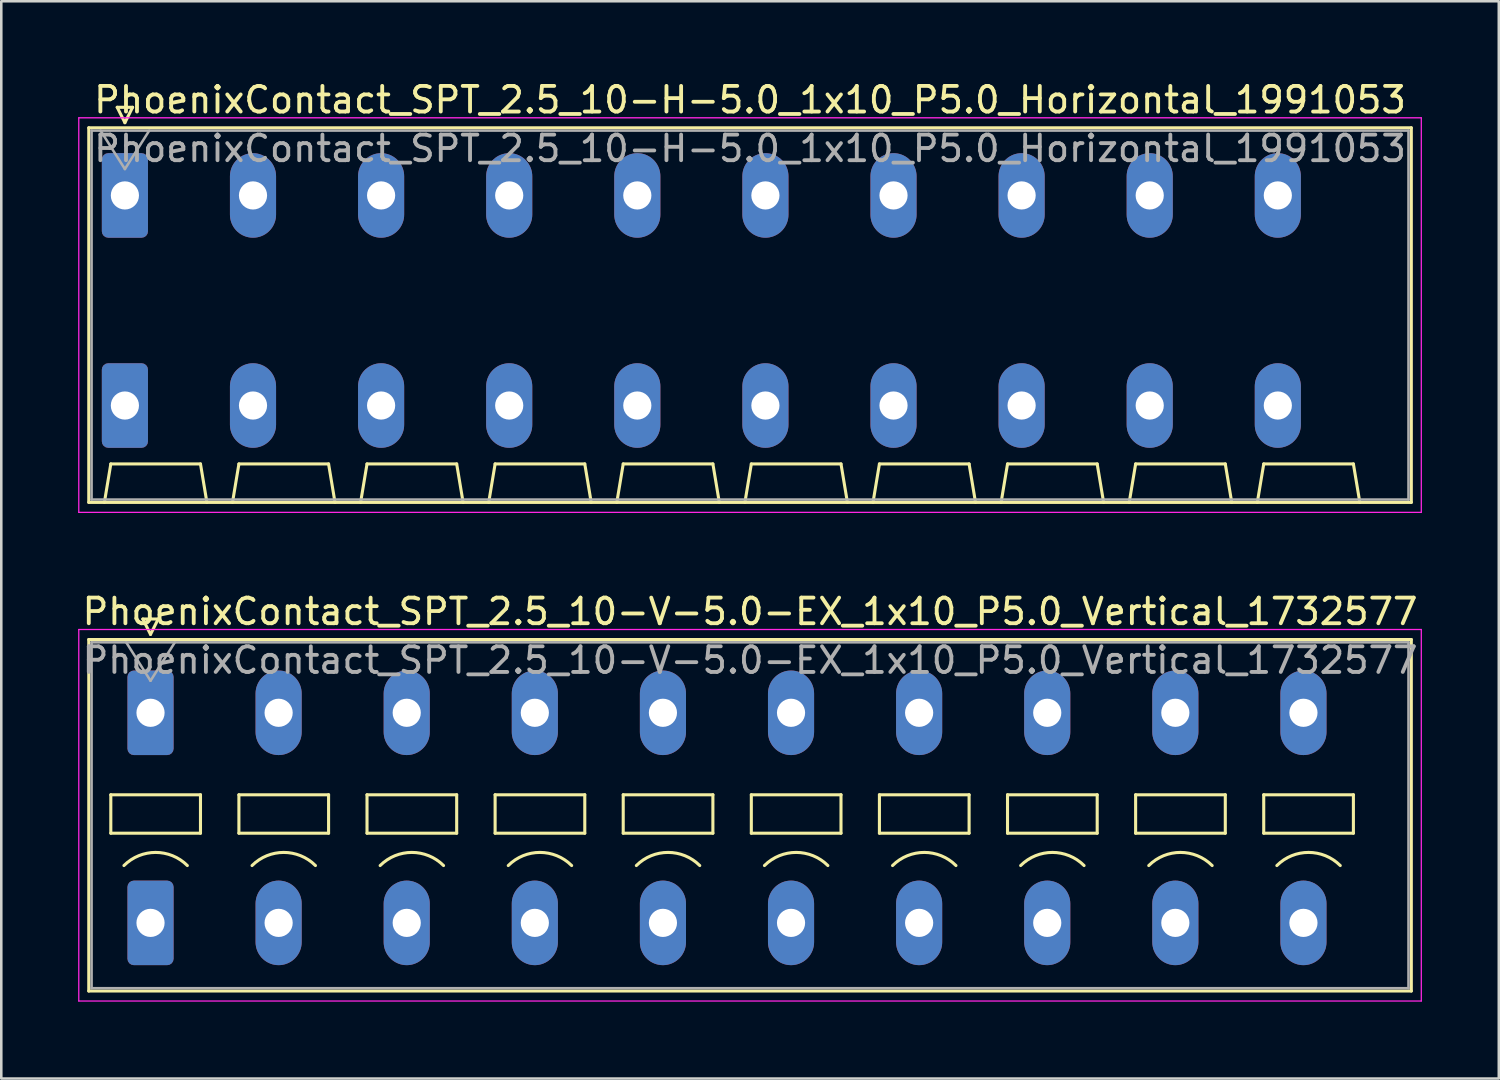
<source format=kicad_pcb>
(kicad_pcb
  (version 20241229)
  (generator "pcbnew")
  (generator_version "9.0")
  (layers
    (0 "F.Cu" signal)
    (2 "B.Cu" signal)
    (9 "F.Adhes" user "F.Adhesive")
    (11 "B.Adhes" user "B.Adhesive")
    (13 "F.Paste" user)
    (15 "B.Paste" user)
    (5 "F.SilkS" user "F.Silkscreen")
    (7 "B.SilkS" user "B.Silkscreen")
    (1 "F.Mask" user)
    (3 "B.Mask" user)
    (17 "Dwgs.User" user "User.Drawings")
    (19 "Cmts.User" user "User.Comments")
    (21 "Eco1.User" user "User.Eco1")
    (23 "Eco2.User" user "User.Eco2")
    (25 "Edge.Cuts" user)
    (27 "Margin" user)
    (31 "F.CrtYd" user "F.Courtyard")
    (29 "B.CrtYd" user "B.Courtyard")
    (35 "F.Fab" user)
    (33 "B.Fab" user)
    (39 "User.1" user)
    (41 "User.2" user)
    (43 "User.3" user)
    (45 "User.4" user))
  (footprint "PhoenixContact_SPT_2.5_10-H-5.0_1x10_P5.0_Horizontal_1991053"
    (layer "F.Cu")
    (at 1.825 4.578)
    (property "Reference" "PhoenixContact_SPT_2.5_10-H-5.0_1x10_P5.0_Horizontal_1991053" (at 24.4 -3.73 0) (layer "F.SilkS") (effects (font (size 1 1) (thickness 0.15))))
    (attr through_hole)
    (fp_line (start -1.41 -2.64) (end 50.21 -2.64) (stroke (width 0.12) (type solid)) (layer "F.SilkS"))
    (fp_line (start -1.41 11.98) (end -1.41 -2.64) (stroke (width 0.12) (type solid)) (layer "F.SilkS"))
    (fp_line (start -0.8 11.98) (end -0.55 10.48) (stroke (width 0.12) (type solid)) (layer "F.SilkS"))
    (fp_line (start -0.55 10.48) (end 2.95 10.48) (stroke (width 0.12) (type solid)) (layer "F.SilkS"))
    (fp_line (start -0.3 -3.44) (end 0 -2.84) (stroke (width 0.12) (type solid)) (layer "F.SilkS"))
    (fp_line (start -0.3 -3.44) (end 0.3 -3.44) (stroke (width 0.12) (type solid)) (layer "F.SilkS"))
    (fp_line (start 0.3 -3.44) (end 0 -2.84) (stroke (width 0.12) (type solid)) (layer "F.SilkS"))
    (fp_line (start 3.2 11.98) (end 2.95 10.48) (stroke (width 0.12) (type solid)) (layer "F.SilkS"))
    (fp_line (start 4.2 11.98) (end 4.45 10.48) (stroke (width 0.12) (type solid)) (layer "F.SilkS"))
    (fp_line (start 4.45 10.48) (end 7.95 10.48) (stroke (width 0.12) (type solid)) (layer "F.SilkS"))
    (fp_line (start 8.2 11.98) (end 7.95 10.48) (stroke (width 0.12) (type solid)) (layer "F.SilkS"))
    (fp_line (start 9.2 11.98) (end 9.45 10.48) (stroke (width 0.12) (type solid)) (layer "F.SilkS"))
    (fp_line (start 9.45 10.48) (end 12.95 10.48) (stroke (width 0.12) (type solid)) (layer "F.SilkS"))
    (fp_line (start 13.2 11.98) (end 12.95 10.48) (stroke (width 0.12) (type solid)) (layer "F.SilkS"))
    (fp_line (start 14.2 11.98) (end 14.45 10.48) (stroke (width 0.12) (type solid)) (layer "F.SilkS"))
    (fp_line (start 14.45 10.48) (end 17.95 10.48) (stroke (width 0.12) (type solid)) (layer "F.SilkS"))
    (fp_line (start 18.2 11.98) (end 17.95 10.48) (stroke (width 0.12) (type solid)) (layer "F.SilkS"))
    (fp_line (start 19.2 11.98) (end 19.45 10.48) (stroke (width 0.12) (type solid)) (layer "F.SilkS"))
    (fp_line (start 19.45 10.48) (end 22.95 10.48) (stroke (width 0.12) (type solid)) (layer "F.SilkS"))
    (fp_line (start 23.2 11.98) (end 22.95 10.48) (stroke (width 0.12) (type solid)) (layer "F.SilkS"))
    (fp_line (start 24.2 11.98) (end 24.45 10.48) (stroke (width 0.12) (type solid)) (layer "F.SilkS"))
    (fp_line (start 24.45 10.48) (end 27.95 10.48) (stroke (width 0.12) (type solid)) (layer "F.SilkS"))
    (fp_line (start 28.2 11.98) (end 27.95 10.48) (stroke (width 0.12) (type solid)) (layer "F.SilkS"))
    (fp_line (start 29.2 11.98) (end 29.45 10.48) (stroke (width 0.12) (type solid)) (layer "F.SilkS"))
    (fp_line (start 29.45 10.48) (end 32.95 10.48) (stroke (width 0.12) (type solid)) (layer "F.SilkS"))
    (fp_line (start 33.2 11.98) (end 32.95 10.48) (stroke (width 0.12) (type solid)) (layer "F.SilkS"))
    (fp_line (start 34.2 11.98) (end 34.45 10.48) (stroke (width 0.12) (type solid)) (layer "F.SilkS"))
    (fp_line (start 34.45 10.48) (end 37.95 10.48) (stroke (width 0.12) (type solid)) (layer "F.SilkS"))
    (fp_line (start 38.2 11.98) (end 37.95 10.48) (stroke (width 0.12) (type solid)) (layer "F.SilkS"))
    (fp_line (start 39.2 11.98) (end 39.45 10.48) (stroke (width 0.12) (type solid)) (layer "F.SilkS"))
    (fp_line (start 39.45 10.48) (end 42.95 10.48) (stroke (width 0.12) (type solid)) (layer "F.SilkS"))
    (fp_line (start 43.2 11.98) (end 42.95 10.48) (stroke (width 0.12) (type solid)) (layer "F.SilkS"))
    (fp_line (start 44.2 11.98) (end 44.45 10.48) (stroke (width 0.12) (type solid)) (layer "F.SilkS"))
    (fp_line (start 44.45 10.48) (end 47.95 10.48) (stroke (width 0.12) (type solid)) (layer "F.SilkS"))
    (fp_line (start 48.2 11.98) (end 47.95 10.48) (stroke (width 0.12) (type solid)) (layer "F.SilkS"))
    (fp_line (start 50.21 -2.64) (end 50.21 11.98) (stroke (width 0.12) (type solid)) (layer "F.SilkS"))
    (fp_line (start 50.21 11.98) (end -1.41 11.98) (stroke (width 0.12) (type solid)) (layer "F.SilkS"))
    (fp_line (start -1.8 -3.03) (end -1.8 12.37) (stroke (width 0.05) (type solid)) (layer "F.CrtYd"))
    (fp_line (start -1.8 12.37) (end 50.6 12.37) (stroke (width 0.05) (type solid)) (layer "F.CrtYd"))
    (fp_line (start 50.6 -3.03) (end -1.8 -3.03) (stroke (width 0.05) (type solid)) (layer "F.CrtYd"))
    (fp_line (start 50.6 12.37) (end 50.6 -3.03) (stroke (width 0.05) (type solid)) (layer "F.CrtYd"))
    (fp_line (start -1.3 -2.53) (end -1.3 11.87) (stroke (width 0.1) (type solid)) (layer "F.Fab"))
    (fp_line (start -1.3 11.87) (end 50.1 11.87) (stroke (width 0.1) (type solid)) (layer "F.Fab"))
    (fp_line (start -0.95 -2.53) (end 0 -1.03) (stroke (width 0.1) (type solid)) (layer "F.Fab"))
    (fp_line (start 0.95 -2.53) (end 0 -1.03) (stroke (width 0.1) (type solid)) (layer "F.Fab"))
    (fp_line (start 50.1 -2.53) (end -1.3 -2.53) (stroke (width 0.1) (type solid)) (layer "F.Fab"))
    (fp_line (start 50.1 11.87) (end 50.1 -2.53) (stroke (width 0.1) (type solid)) (layer "F.Fab"))
    (fp_text user "${REFERENCE}" (at 24.4 -1.83 0) (layer "F.Fab") (effects (font (size 1 1) (thickness 0.15))))
    (pad "1" thru_hole roundrect (at 0 0) (size 1.8 3.3) (drill 1.1) (layers "*.Cu" "*.Mask") (roundrect_rratio 0.139))
    (pad "1" thru_hole roundrect (at 0 8.2) (size 1.8 3.3) (drill 1.1) (layers "*.Cu" "*.Mask") (roundrect_rratio 0.139))
    (pad "2" thru_hole oval (at 5 0) (size 1.8 3.3) (drill 1.1) (layers "*.Cu" "*.Mask"))
    (pad "2" thru_hole oval (at 5 8.2) (size 1.8 3.3) (drill 1.1) (layers "*.Cu" "*.Mask"))
    (pad "3" thru_hole oval (at 10 0) (size 1.8 3.3) (drill 1.1) (layers "*.Cu" "*.Mask"))
    (pad "3" thru_hole oval (at 10 8.2) (size 1.8 3.3) (drill 1.1) (layers "*.Cu" "*.Mask"))
    (pad "4" thru_hole oval (at 15 0) (size 1.8 3.3) (drill 1.1) (layers "*.Cu" "*.Mask"))
    (pad "4" thru_hole oval (at 15 8.2) (size 1.8 3.3) (drill 1.1) (layers "*.Cu" "*.Mask"))
    (pad "5" thru_hole oval (at 20 0) (size 1.8 3.3) (drill 1.1) (layers "*.Cu" "*.Mask"))
    (pad "5" thru_hole oval (at 20 8.2) (size 1.8 3.3) (drill 1.1) (layers "*.Cu" "*.Mask"))
    (pad "6" thru_hole oval (at 25 0) (size 1.8 3.3) (drill 1.1) (layers "*.Cu" "*.Mask"))
    (pad "6" thru_hole oval (at 25 8.2) (size 1.8 3.3) (drill 1.1) (layers "*.Cu" "*.Mask"))
    (pad "7" thru_hole oval (at 30 0) (size 1.8 3.3) (drill 1.1) (layers "*.Cu" "*.Mask"))
    (pad "7" thru_hole oval (at 30 8.2) (size 1.8 3.3) (drill 1.1) (layers "*.Cu" "*.Mask"))
    (pad "8" thru_hole oval (at 35 0) (size 1.8 3.3) (drill 1.1) (layers "*.Cu" "*.Mask"))
    (pad "8" thru_hole oval (at 35 8.2) (size 1.8 3.3) (drill 1.1) (layers "*.Cu" "*.Mask"))
    (pad "9" thru_hole oval (at 40 0) (size 1.8 3.3) (drill 1.1) (layers "*.Cu" "*.Mask"))
    (pad "9" thru_hole oval (at 40 8.2) (size 1.8 3.3) (drill 1.1) (layers "*.Cu" "*.Mask"))
    (pad "10" thru_hole oval (at 45 0) (size 1.8 3.3) (drill 1.1) (layers "*.Cu" "*.Mask"))
    (pad "10" thru_hole oval (at 45 8.2) (size 1.8 3.3) (drill 1.1) (layers "*.Cu" "*.Mask")))
  (footprint "PhoenixContact_SPT_2.5_10-V-5.0-EX_1x10_P5.0_Vertical_1732577"
    (layer "F.Cu")
    (at 2.825 24.771)
    (property "Reference" "PhoenixContact_SPT_2.5_10-V-5.0-EX_1x10_P5.0_Vertical_1732577" (at 23.4 -3.95 0) (layer "F.SilkS") (effects (font (size 1 1) (thickness 0.15))))
    (attr through_hole)
    (fp_line (start -2.41 -2.86) (end 49.21 -2.86) (stroke (width 0.12) (type solid)) (layer "F.SilkS"))
    (fp_line (start -2.41 10.86) (end -2.41 -2.86) (stroke (width 0.12) (type solid)) (layer "F.SilkS"))
    (fp_line (start -1.55 3.2) (end -1.55 4.7) (stroke (width 0.12) (type solid)) (layer "F.SilkS"))
    (fp_line (start -1.55 4.7) (end 1.95 4.7) (stroke (width 0.12) (type solid)) (layer "F.SilkS"))
    (fp_line (start -0.3 -3.66) (end 0 -3.06) (stroke (width 0.12) (type solid)) (layer "F.SilkS"))
    (fp_line (start -0.3 -3.66) (end 0.3 -3.66) (stroke (width 0.12) (type solid)) (layer "F.SilkS"))
    (fp_line (start 0.3 -3.66) (end 0 -3.06) (stroke (width 0.12) (type solid)) (layer "F.SilkS"))
    (fp_line (start 1.95 3.2) (end -1.55 3.2) (stroke (width 0.12) (type solid)) (layer "F.SilkS"))
    (fp_line (start 1.95 4.7) (end 1.95 3.2) (stroke (width 0.12) (type solid)) (layer "F.SilkS"))
    (fp_line (start 3.45 3.2) (end 3.45 4.7) (stroke (width 0.12) (type solid)) (layer "F.SilkS"))
    (fp_line (start 3.45 4.7) (end 6.95 4.7) (stroke (width 0.12) (type solid)) (layer "F.SilkS"))
    (fp_line (start 6.95 3.2) (end 3.45 3.2) (stroke (width 0.12) (type solid)) (layer "F.SilkS"))
    (fp_line (start 6.95 4.7) (end 6.95 3.2) (stroke (width 0.12) (type solid)) (layer "F.SilkS"))
    (fp_line (start 8.45 3.2) (end 8.45 4.7) (stroke (width 0.12) (type solid)) (layer "F.SilkS"))
    (fp_line (start 8.45 4.7) (end 11.95 4.7) (stroke (width 0.12) (type solid)) (layer "F.SilkS"))
    (fp_line (start 11.95 3.2) (end 8.45 3.2) (stroke (width 0.12) (type solid)) (layer "F.SilkS"))
    (fp_line (start 11.95 4.7) (end 11.95 3.2) (stroke (width 0.12) (type solid)) (layer "F.SilkS"))
    (fp_line (start 13.45 3.2) (end 13.45 4.7) (stroke (width 0.12) (type solid)) (layer "F.SilkS"))
    (fp_line (start 13.45 4.7) (end 16.95 4.7) (stroke (width 0.12) (type solid)) (layer "F.SilkS"))
    (fp_line (start 16.95 3.2) (end 13.45 3.2) (stroke (width 0.12) (type solid)) (layer "F.SilkS"))
    (fp_line (start 16.95 4.7) (end 16.95 3.2) (stroke (width 0.12) (type solid)) (layer "F.SilkS"))
    (fp_line (start 18.45 3.2) (end 18.45 4.7) (stroke (width 0.12) (type solid)) (layer "F.SilkS"))
    (fp_line (start 18.45 4.7) (end 21.95 4.7) (stroke (width 0.12) (type solid)) (layer "F.SilkS"))
    (fp_line (start 21.95 3.2) (end 18.45 3.2) (stroke (width 0.12) (type solid)) (layer "F.SilkS"))
    (fp_line (start 21.95 4.7) (end 21.95 3.2) (stroke (width 0.12) (type solid)) (layer "F.SilkS"))
    (fp_line (start 23.45 3.2) (end 23.45 4.7) (stroke (width 0.12) (type solid)) (layer "F.SilkS"))
    (fp_line (start 23.45 4.7) (end 26.95 4.7) (stroke (width 0.12) (type solid)) (layer "F.SilkS"))
    (fp_line (start 26.95 3.2) (end 23.45 3.2) (stroke (width 0.12) (type solid)) (layer "F.SilkS"))
    (fp_line (start 26.95 4.7) (end 26.95 3.2) (stroke (width 0.12) (type solid)) (layer "F.SilkS"))
    (fp_line (start 28.45 3.2) (end 28.45 4.7) (stroke (width 0.12) (type solid)) (layer "F.SilkS"))
    (fp_line (start 28.45 4.7) (end 31.95 4.7) (stroke (width 0.12) (type solid)) (layer "F.SilkS"))
    (fp_line (start 31.95 3.2) (end 28.45 3.2) (stroke (width 0.12) (type solid)) (layer "F.SilkS"))
    (fp_line (start 31.95 4.7) (end 31.95 3.2) (stroke (width 0.12) (type solid)) (layer "F.SilkS"))
    (fp_line (start 33.45 3.2) (end 33.45 4.7) (stroke (width 0.12) (type solid)) (layer "F.SilkS"))
    (fp_line (start 33.45 4.7) (end 36.95 4.7) (stroke (width 0.12) (type solid)) (layer "F.SilkS"))
    (fp_line (start 36.95 3.2) (end 33.45 3.2) (stroke (width 0.12) (type solid)) (layer "F.SilkS"))
    (fp_line (start 36.95 4.7) (end 36.95 3.2) (stroke (width 0.12) (type solid)) (layer "F.SilkS"))
    (fp_line (start 38.45 3.2) (end 38.45 4.7) (stroke (width 0.12) (type solid)) (layer "F.SilkS"))
    (fp_line (start 38.45 4.7) (end 41.95 4.7) (stroke (width 0.12) (type solid)) (layer "F.SilkS"))
    (fp_line (start 41.95 3.2) (end 38.45 3.2) (stroke (width 0.12) (type solid)) (layer "F.SilkS"))
    (fp_line (start 41.95 4.7) (end 41.95 3.2) (stroke (width 0.12) (type solid)) (layer "F.SilkS"))
    (fp_line (start 43.45 3.2) (end 43.45 4.7) (stroke (width 0.12) (type solid)) (layer "F.SilkS"))
    (fp_line (start 43.45 4.7) (end 46.95 4.7) (stroke (width 0.12) (type solid)) (layer "F.SilkS"))
    (fp_line (start 46.95 3.2) (end 43.45 3.2) (stroke (width 0.12) (type solid)) (layer "F.SilkS"))
    (fp_line (start 46.95 4.7) (end 46.95 3.2) (stroke (width 0.12) (type solid)) (layer "F.SilkS"))
    (fp_line (start 49.21 -2.86) (end 49.21 10.86) (stroke (width 0.12) (type solid)) (layer "F.SilkS"))
    (fp_line (start 49.21 10.86) (end -2.41 10.86) (stroke (width 0.12) (type solid)) (layer "F.SilkS"))
    (fp_arc (start -1.037437 5.962563) (mid 0.2 5.45) (end 1.437437 5.962563) (stroke (width 0.12) (type solid)) (layer "F.SilkS"))
    (fp_arc (start 3.962563 5.962563) (mid 5.2 5.45) (end 6.437437 5.962563) (stroke (width 0.12) (type solid)) (layer "F.SilkS"))
    (fp_arc (start 8.962563 5.962563) (mid 10.2 5.45) (end 11.437437 5.962563) (stroke (width 0.12) (type solid)) (layer "F.SilkS"))
    (fp_arc (start 13.962563 5.962563) (mid 15.2 5.45) (end 16.437437 5.962563) (stroke (width 0.12) (type solid)) (layer "F.SilkS"))
    (fp_arc (start 18.962563 5.962563) (mid 20.2 5.45) (end 21.437437 5.962563) (stroke (width 0.12) (type solid)) (layer "F.SilkS"))
    (fp_arc (start 23.962563 5.962563) (mid 25.2 5.45) (end 26.437437 5.962563) (stroke (width 0.12) (type solid)) (layer "F.SilkS"))
    (fp_arc (start 28.962563 5.962563) (mid 30.2 5.45) (end 31.437437 5.962563) (stroke (width 0.12) (type solid)) (layer "F.SilkS"))
    (fp_arc (start 33.962563 5.962563) (mid 35.2 5.45) (end 36.437437 5.962563) (stroke (width 0.12) (type solid)) (layer "F.SilkS"))
    (fp_arc (start 38.962563 5.962563) (mid 40.2 5.45) (end 41.437437 5.962563) (stroke (width 0.12) (type solid)) (layer "F.SilkS"))
    (fp_arc (start 43.962563 5.962563) (mid 45.2 5.45) (end 46.437437 5.962563) (stroke (width 0.12) (type solid)) (layer "F.SilkS"))
    (fp_line (start -2.8 -3.25) (end -2.8 11.25) (stroke (width 0.05) (type solid)) (layer "F.CrtYd"))
    (fp_line (start -2.8 11.25) (end 49.6 11.25) (stroke (width 0.05) (type solid)) (layer "F.CrtYd"))
    (fp_line (start 49.6 -3.25) (end -2.8 -3.25) (stroke (width 0.05) (type solid)) (layer "F.CrtYd"))
    (fp_line (start 49.6 11.25) (end 49.6 -3.25) (stroke (width 0.05) (type solid)) (layer "F.CrtYd"))
    (fp_line (start -2.3 -2.75) (end -2.3 10.75) (stroke (width 0.1) (type solid)) (layer "F.Fab"))
    (fp_line (start -2.3 10.75) (end 49.1 10.75) (stroke (width 0.1) (type solid)) (layer "F.Fab"))
    (fp_line (start -0.95 -2.75) (end 0 -1.25) (stroke (width 0.1) (type solid)) (layer "F.Fab"))
    (fp_line (start 0.95 -2.75) (end 0 -1.25) (stroke (width 0.1) (type solid)) (layer "F.Fab"))
    (fp_line (start 49.1 -2.75) (end -2.3 -2.75) (stroke (width 0.1) (type solid)) (layer "F.Fab"))
    (fp_line (start 49.1 10.75) (end 49.1 -2.75) (stroke (width 0.1) (type solid)) (layer "F.Fab"))
    (fp_text user "${REFERENCE}" (at 23.4 -2.05 0) (layer "F.Fab") (effects (font (size 1 1) (thickness 0.15))))
    (pad "1" thru_hole roundrect (at 0 0) (size 1.8 3.3) (drill 1.1) (layers "*.Cu" "*.Mask") (roundrect_rratio 0.139))
    (pad "1" thru_hole roundrect (at 0 8.2) (size 1.8 3.3) (drill 1.1) (layers "*.Cu" "*.Mask") (roundrect_rratio 0.139))
    (pad "2" thru_hole oval (at 5 0) (size 1.8 3.3) (drill 1.1) (layers "*.Cu" "*.Mask"))
    (pad "2" thru_hole oval (at 5 8.2) (size 1.8 3.3) (drill 1.1) (layers "*.Cu" "*.Mask"))
    (pad "3" thru_hole oval (at 10 0) (size 1.8 3.3) (drill 1.1) (layers "*.Cu" "*.Mask"))
    (pad "3" thru_hole oval (at 10 8.2) (size 1.8 3.3) (drill 1.1) (layers "*.Cu" "*.Mask"))
    (pad "4" thru_hole oval (at 15 0) (size 1.8 3.3) (drill 1.1) (layers "*.Cu" "*.Mask"))
    (pad "4" thru_hole oval (at 15 8.2) (size 1.8 3.3) (drill 1.1) (layers "*.Cu" "*.Mask"))
    (pad "5" thru_hole oval (at 20 0) (size 1.8 3.3) (drill 1.1) (layers "*.Cu" "*.Mask"))
    (pad "5" thru_hole oval (at 20 8.2) (size 1.8 3.3) (drill 1.1) (layers "*.Cu" "*.Mask"))
    (pad "6" thru_hole oval (at 25 0) (size 1.8 3.3) (drill 1.1) (layers "*.Cu" "*.Mask"))
    (pad "6" thru_hole oval (at 25 8.2) (size 1.8 3.3) (drill 1.1) (layers "*.Cu" "*.Mask"))
    (pad "7" thru_hole oval (at 30 0) (size 1.8 3.3) (drill 1.1) (layers "*.Cu" "*.Mask"))
    (pad "7" thru_hole oval (at 30 8.2) (size 1.8 3.3) (drill 1.1) (layers "*.Cu" "*.Mask"))
    (pad "8" thru_hole oval (at 35 0) (size 1.8 3.3) (drill 1.1) (layers "*.Cu" "*.Mask"))
    (pad "8" thru_hole oval (at 35 8.2) (size 1.8 3.3) (drill 1.1) (layers "*.Cu" "*.Mask"))
    (pad "9" thru_hole oval (at 40 0) (size 1.8 3.3) (drill 1.1) (layers "*.Cu" "*.Mask"))
    (pad "9" thru_hole oval (at 40 8.2) (size 1.8 3.3) (drill 1.1) (layers "*.Cu" "*.Mask"))
    (pad "10" thru_hole oval (at 45 0) (size 1.8 3.3) (drill 1.1) (layers "*.Cu" "*.Mask"))
    (pad "10" thru_hole oval (at 45 8.2) (size 1.8 3.3) (drill 1.1) (layers "*.Cu" "*.Mask")))
  (gr_rect
    (start -3 -3)
    (end 55.45 39.047)
    (stroke (width 0.1) (type default))
    (fill no)
    (layer "Edge.Cuts")))
</source>
